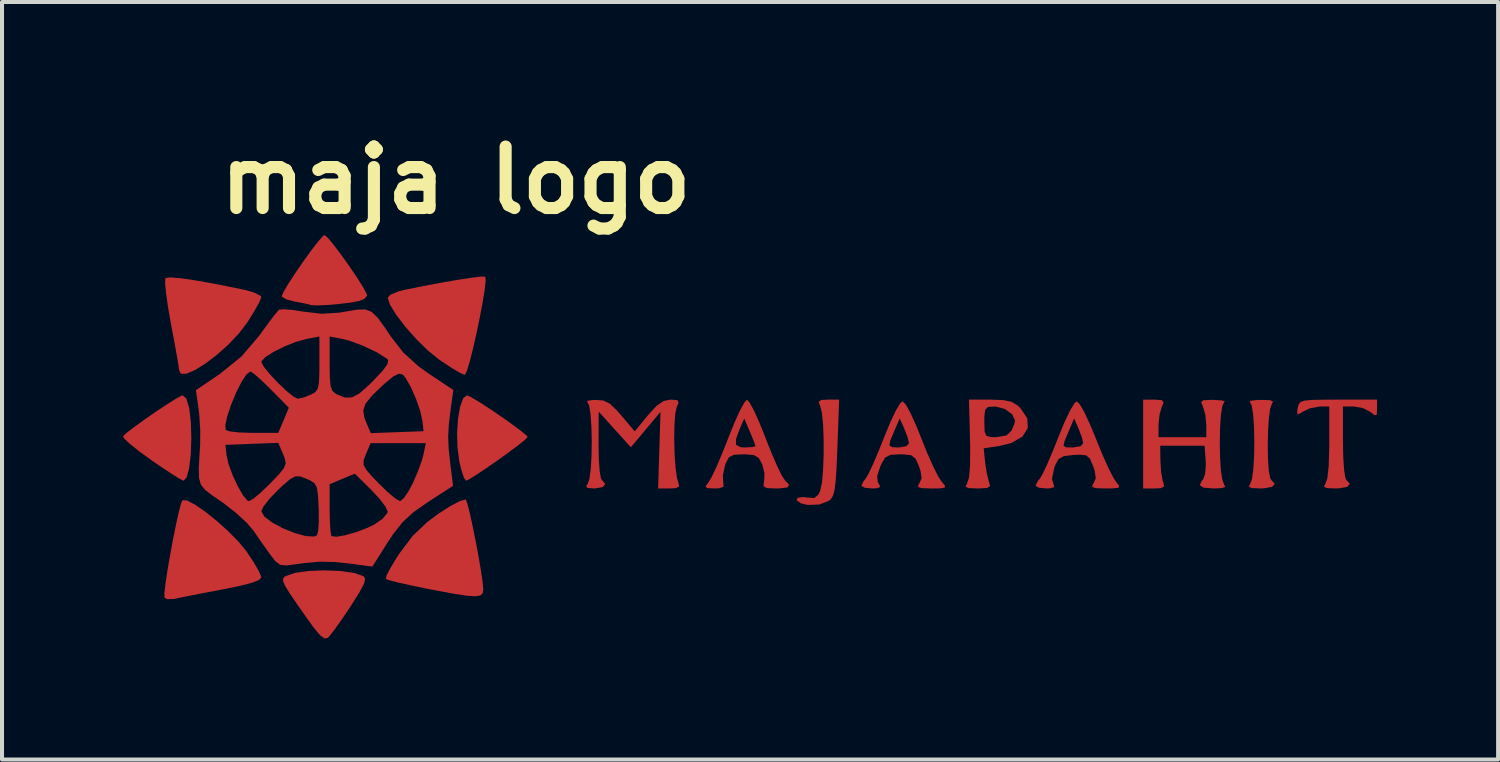
<source format=kicad_pcb>
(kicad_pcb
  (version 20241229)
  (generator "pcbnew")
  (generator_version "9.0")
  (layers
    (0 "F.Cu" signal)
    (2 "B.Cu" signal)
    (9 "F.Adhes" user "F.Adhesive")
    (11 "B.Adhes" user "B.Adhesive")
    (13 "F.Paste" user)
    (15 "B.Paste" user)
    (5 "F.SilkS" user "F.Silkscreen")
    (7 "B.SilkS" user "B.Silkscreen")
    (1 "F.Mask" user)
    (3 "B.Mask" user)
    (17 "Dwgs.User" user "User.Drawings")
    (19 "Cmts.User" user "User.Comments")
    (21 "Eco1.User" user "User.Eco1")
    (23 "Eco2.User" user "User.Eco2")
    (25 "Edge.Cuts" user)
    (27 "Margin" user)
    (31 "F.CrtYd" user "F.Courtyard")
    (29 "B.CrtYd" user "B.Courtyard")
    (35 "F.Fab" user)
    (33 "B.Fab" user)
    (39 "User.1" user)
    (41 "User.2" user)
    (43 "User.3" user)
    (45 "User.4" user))
  (footprint "maja logo"
    (layer "F.Cu")
    (at 19.515 8.401)
    (property "Reference" "maja logo" (at -11.264 -6.983 0) (layer "F.SilkS") (effects (font (size 1.524 1.524) (thickness 0.3))))
    (attr board_only exclude_from_pos_files exclude_from_bom)
    (fp_poly (pts (xy -17.945 -1.57) (xy -17.875 -1.339) (xy -17.833 -0.975) (xy -17.822 -0.593) (xy -17.837 -0.168) (xy -17.878 0.168) (xy -17.94 0.388) (xy -18.017 0.466) (xy -18.109 0.42) (xy -18.307 0.297) (xy -18.58 0.116) (xy -18.82 -0.049) (xy -19.118 -0.265) (xy -19.35 -0.451) (xy -19.489 -0.583) (xy -19.515 -0.635) (xy -19.424 -0.722) (xy -19.23 -0.87) (xy -18.973 -1.056) (xy -18.69 -1.252) (xy -18.418 -1.432) (xy -18.195 -1.572) (xy -18.058 -1.646) (xy -18.038 -1.651)) (stroke (width 0) (type solid)) (fill yes) (layer "F.Cu"))
    (fp_poly (pts (xy -10.887 -1.606) (xy -10.688 -1.487) (xy -10.429 -1.32) (xy -10.146 -1.128) (xy -9.875 -0.936) (xy -9.652 -0.77) (xy -9.513 -0.655) (xy -9.485 -0.618) (xy -9.549 -0.55) (xy -9.719 -0.413) (xy -9.961 -0.232) (xy -10.239 -0.032) (xy -10.519 0.162) (xy -10.766 0.326) (xy -10.944 0.435) (xy -11.015 0.466) (xy -11.065 0.39) (xy -11.129 0.194) (xy -11.178 -0.011) (xy -11.224 -0.355) (xy -11.234 -0.721) (xy -11.21 -1.073) (xy -11.158 -1.371) (xy -11.083 -1.576) (xy -10.99 -1.651)) (stroke (width 0) (type solid)) (fill yes) (layer "F.Cu"))
    (fp_poly (pts (xy -14.123 2.705) (xy -13.781 2.754) (xy -13.549 2.835) (xy -13.549 2.835) (xy -13.512 2.9) (xy -13.544 3.026) (xy -13.657 3.237) (xy -13.859 3.558) (xy -13.879 3.588) (xy -14.084 3.893) (xy -14.266 4.149) (xy -14.397 4.319) (xy -14.437 4.361) (xy -14.518 4.378) (xy -14.63 4.297) (xy -14.794 4.1) (xy -14.924 3.92) (xy -15.199 3.529) (xy -15.386 3.253) (xy -15.499 3.069) (xy -15.548 2.954) (xy -15.545 2.886) (xy -15.503 2.842) (xy -15.488 2.833) (xy -15.258 2.752) (xy -14.917 2.704) (xy -14.52 2.688)) (stroke (width 0) (type solid)) (fill yes) (layer "F.Cu"))
    (fp_poly (pts (xy -1.806 -0.35) (xy -1.826 0.13) (xy -1.848 0.469) (xy -1.876 0.696) (xy -1.915 0.838) (xy -1.969 0.924) (xy -2.012 0.962) (xy -2.254 1.056) (xy -2.548 1.066) (xy -2.714 1.025) (xy -2.821 0.948) (xy -2.788 0.887) (xy -2.644 0.871) (xy -2.568 0.882) (xy -2.379 0.895) (xy -2.275 0.809) (xy -2.229 0.705) (xy -2.187 0.506) (xy -2.16 0.195) (xy -2.146 -0.179) (xy -2.147 -0.571) (xy -2.161 -0.934) (xy -2.19 -1.22) (xy -2.23 -1.38) (xy -2.271 -1.491) (xy -2.205 -1.536) (xy -2.04 -1.544) (xy -1.762 -1.544)) (stroke (width 0) (type solid)) (fill yes) (layer "F.Cu"))
    (fp_poly (pts (xy 8.916 -1.531) (xy 8.996 -1.499) (xy 8.966 -1.442) (xy 8.922 -1.318) (xy 8.89 -1.074) (xy 8.87 -0.754) (xy 8.863 -0.402) (xy 8.869 -0.063) (xy 8.889 0.22) (xy 8.923 0.403) (xy 8.949 0.446) (xy 9.037 0.543) (xy 8.971 0.617) (xy 8.769 0.655) (xy 8.678 0.658) (xy 8.462 0.648) (xy 8.391 0.611) (xy 8.424 0.556) (xy 8.471 0.428) (xy 8.505 0.181) (xy 8.525 -0.144) (xy 8.53 -0.506) (xy 8.523 -0.862) (xy 8.501 -1.172) (xy 8.466 -1.395) (xy 8.42 -1.488) (xy 8.429 -1.514) (xy 8.573 -1.532) (xy 8.691 -1.537)) (stroke (width 0) (type solid)) (fill yes) (layer "F.Cu"))
    (fp_poly (pts (xy -14.442 -5.56) (xy -14.299 -5.388) (xy -14.115 -5.145) (xy -13.915 -4.866) (xy -13.726 -4.588) (xy -13.572 -4.345) (xy -13.479 -4.175) (xy -13.462 -4.123) (xy -13.533 -4.041) (xy -13.656 -3.991) (xy -13.876 -3.95) (xy -14.163 -3.915) (xy -14.46 -3.889) (xy -14.709 -3.879) (xy -14.853 -3.888) (xy -14.859 -3.89) (xy -14.993 -3.925) (xy -15.215 -3.968) (xy -15.261 -3.976) (xy -15.465 -4.029) (xy -15.573 -4.094) (xy -15.579 -4.11) (xy -15.533 -4.22) (xy -15.412 -4.424) (xy -15.241 -4.686) (xy -15.045 -4.971) (xy -14.849 -5.242) (xy -14.679 -5.463) (xy -14.558 -5.599) (xy -14.52 -5.624)) (stroke (width 0) (type solid)) (fill yes) (layer "F.Cu"))
    (fp_poly (pts (xy -11.014 0.94) (xy -10.975 1.048) (xy -10.916 1.283) (xy -10.845 1.607) (xy -10.77 1.98) (xy -10.699 2.362) (xy -10.639 2.714) (xy -10.598 2.996) (xy -10.583 3.166) (xy -10.598 3.256) (xy -10.658 3.311) (xy -10.785 3.331) (xy -11.002 3.316) (xy -11.331 3.266) (xy -11.795 3.179) (xy -12.001 3.139) (xy -12.382 3.06) (xy -12.7 2.989) (xy -12.919 2.932) (xy -13.001 2.902) (xy -12.981 2.814) (xy -12.882 2.623) (xy -12.725 2.364) (xy -12.659 2.264) (xy -12.336 1.835) (xy -11.974 1.491) (xy -11.675 1.27) (xy -11.393 1.09) (xy -11.168 0.973) (xy -11.033 0.933)) (stroke (width 0) (type solid)) (fill yes) (layer "F.Cu"))
    (fp_poly (pts (xy -10.533 -4.592) (xy -10.533 -4.592) (xy -10.525 -4.49) (xy -10.55 -4.263) (xy -10.602 -3.946) (xy -10.672 -3.576) (xy -10.753 -3.187) (xy -10.837 -2.815) (xy -10.918 -2.496) (xy -10.987 -2.267) (xy -11.037 -2.162) (xy -11.043 -2.159) (xy -11.156 -2.205) (xy -11.364 -2.327) (xy -11.627 -2.501) (xy -11.685 -2.541) (xy -11.959 -2.763) (xy -12.246 -3.045) (xy -12.517 -3.352) (xy -12.745 -3.649) (xy -12.9 -3.902) (xy -12.954 -4.072) (xy -12.879 -4.149) (xy -12.687 -4.227) (xy -12.552 -4.262) (xy -12.079 -4.358) (xy -11.62 -4.444) (xy -11.206 -4.516) (xy -10.867 -4.567) (xy -10.632 -4.595)) (stroke (width 0) (type solid)) (fill yes) (layer "F.Cu"))
    (fp_poly (pts (xy -18.081 -4.553) (xy -17.682 -4.494) (xy -17.164 -4.4) (xy -16.543 -4.274) (xy -16.489 -4.263) (xy -16.256 -4.196) (xy -16.11 -4.12) (xy -16.087 -4.084) (xy -16.13 -3.972) (xy -16.245 -3.763) (xy -16.408 -3.498) (xy -16.433 -3.46) (xy -16.643 -3.184) (xy -16.902 -2.91) (xy -17.187 -2.656) (xy -17.471 -2.439) (xy -17.732 -2.277) (xy -17.943 -2.187) (xy -18.081 -2.186) (xy -18.122 -2.265) (xy -18.138 -2.385) (xy -18.181 -2.635) (xy -18.244 -2.981) (xy -18.32 -3.386) (xy -18.328 -3.429) (xy -18.399 -3.834) (xy -18.448 -4.179) (xy -18.472 -4.43) (xy -18.465 -4.553) (xy -18.462 -4.558) (xy -18.346 -4.575)) (stroke (width 0) (type solid)) (fill yes) (layer "F.Cu"))
    (fp_poly (pts (xy -17.936 0.953) (xy -17.74 1.053) (xy -17.485 1.228) (xy -17.201 1.455) (xy -16.915 1.711) (xy -16.657 1.971) (xy -16.457 2.214) (xy -16.447 2.229) (xy -16.271 2.495) (xy -16.143 2.718) (xy -16.087 2.854) (xy -16.087 2.862) (xy -16.146 2.929) (xy -16.334 3.001) (xy -16.663 3.083) (xy -17.081 3.167) (xy -17.488 3.244) (xy -17.848 3.314) (xy -18.119 3.368) (xy -18.258 3.398) (xy -18.421 3.402) (xy -18.488 3.364) (xy -18.49 3.256) (xy -18.463 3.02) (xy -18.414 2.694) (xy -18.349 2.315) (xy -18.276 1.922) (xy -18.201 1.55) (xy -18.132 1.239) (xy -18.075 1.026) (xy -18.043 0.951)) (stroke (width 0) (type solid)) (fill yes) (layer "F.Cu"))
    (fp_poly (pts (xy 11.573 -1.319) (xy 11.564 -1.165) (xy 11.508 -1.159) (xy 11.419 -1.234) (xy 11.223 -1.335) (xy 10.995 -1.374) (xy 10.727 -1.374) (xy 10.727 -0.49) (xy 10.735 -0.109) (xy 10.756 0.198) (xy 10.787 0.394) (xy 10.811 0.446) (xy 10.899 0.543) (xy 10.834 0.617) (xy 10.631 0.655) (xy 10.541 0.658) (xy 10.325 0.648) (xy 10.254 0.611) (xy 10.287 0.556) (xy 10.34 0.411) (xy 10.374 0.104) (xy 10.388 -0.358) (xy 10.388 -0.46) (xy 10.388 -1.374) (xy 10.153 -1.374) (xy 9.907 -1.329) (xy 9.742 -1.251) (xy 9.616 -1.176) (xy 9.589 -1.226) (xy 9.606 -1.336) (xy 9.629 -1.425) (xy 9.676 -1.485) (xy 9.778 -1.52) (xy 9.965 -1.537) (xy 10.267 -1.543) (xy 10.61 -1.544) (xy 11.573 -1.544)) (stroke (width 0) (type solid)) (fill yes) (layer "F.Cu"))
    (fp_poly (pts (xy 1.989 -1.544) (xy 2.304 -1.533) (xy 2.508 -1.491) (xy 2.659 -1.401) (xy 2.73 -1.336) (xy 2.901 -1.081) (xy 2.915 -0.838) (xy 2.781 -0.628) (xy 2.51 -0.47) (xy 2.216 -0.396) (xy 1.821 -0.337) (xy 1.857 0.012) (xy 1.896 0.272) (xy 1.946 0.478) (xy 1.958 0.51) (xy 1.978 0.603) (xy 1.901 0.646) (xy 1.695 0.658) (xy 1.666 0.658) (xy 1.449 0.649) (xy 1.371 0.614) (xy 1.406 0.54) (xy 1.408 0.537) (xy 1.458 0.39) (xy 1.483 0.091) (xy 1.486 -0.366) (xy 1.482 -0.564) (xy 1.471 -0.993) (xy 1.837 -0.993) (xy 1.843 -0.759) (xy 1.886 -0.648) (xy 2.001 -0.615) (xy 2.13 -0.612) (xy 2.386 -0.657) (xy 2.511 -0.776) (xy 2.583 -0.945) (xy 2.599 -1.024) (xy 2.524 -1.184) (xy 2.341 -1.314) (xy 2.108 -1.374) (xy 2.085 -1.374) (xy 1.932 -1.363) (xy 1.86 -1.297) (xy 1.838 -1.132) (xy 1.837 -0.993) (xy 1.471 -0.993) (xy 1.456 -1.544)) (stroke (width 0) (type solid)) (fill yes) (layer "F.Cu"))
    (fp_poly (pts (xy 6.235 -1.532) (xy 6.283 -1.479) (xy 6.242 -1.38) (xy 6.182 -1.183) (xy 6.155 -0.929) (xy 6.155 -0.914) (xy 6.155 -0.612) (xy 7.34 -0.612) (xy 7.34 -0.914) (xy 7.316 -1.168) (xy 7.257 -1.372) (xy 7.253 -1.38) (xy 7.213 -1.482) (xy 7.264 -1.528) (xy 7.439 -1.538) (xy 7.528 -1.537) (xy 7.722 -1.525) (xy 7.8 -1.501) (xy 7.785 -1.488) (xy 7.737 -1.388) (xy 7.702 -1.161) (xy 7.681 -0.848) (xy 7.674 -0.49) (xy 7.68 -0.13) (xy 7.7 0.193) (xy 7.735 0.436) (xy 7.78 0.556) (xy 7.809 0.621) (xy 7.712 0.651) (xy 7.526 0.658) (xy 7.274 0.639) (xy 7.178 0.577) (xy 7.23 0.465) (xy 7.261 0.432) (xy 7.311 0.298) (xy 7.328 0.068) (xy 7.324 -0.029) (xy 7.298 -0.401) (xy 6.197 -0.401) (xy 6.202 -0.02) (xy 6.219 0.248) (xy 6.258 0.462) (xy 6.274 0.51) (xy 6.295 0.61) (xy 6.207 0.652) (xy 6.058 0.658) (xy 5.774 0.658) (xy 5.774 -1.543) (xy 6.052 -1.544)) (stroke (width 0) (type solid)) (fill yes) (layer "F.Cu"))
    (fp_poly (pts (xy -5.772 -1.531) (xy -5.742 -1.467) (xy -5.786 -1.369) (xy -5.824 -1.206) (xy -5.845 -0.923) (xy -5.851 -0.572) (xy -5.842 -0.2) (xy -5.818 0.141) (xy -5.782 0.403) (xy -5.75 0.51) (xy -5.728 0.61) (xy -5.815 0.651) (xy -5.965 0.658) (xy -6.249 0.658) (xy -6.191 -1.241) (xy -6.558 -0.802) (xy -6.926 -0.363) (xy -7.325 -0.805) (xy -7.723 -1.247) (xy -7.727 -0.427) (xy -7.72 -0.062) (xy -7.699 0.229) (xy -7.667 0.408) (xy -7.646 0.446) (xy -7.56 0.546) (xy -7.623 0.624) (xy -7.817 0.658) (xy -7.832 0.658) (xy -8.006 0.645) (xy -8.034 0.596) (xy -8.001 0.556) (xy -7.954 0.428) (xy -7.92 0.181) (xy -7.901 -0.144) (xy -7.895 -0.506) (xy -7.903 -0.862) (xy -7.924 -1.172) (xy -7.959 -1.395) (xy -8.006 -1.488) (xy -8.003 -1.516) (xy -7.865 -1.535) (xy -7.803 -1.537) (xy -7.61 -1.523) (xy -7.453 -1.448) (xy -7.278 -1.283) (xy -7.162 -1.15) (xy -6.83 -0.757) (xy -6.508 -1.15) (xy -6.29 -1.39) (xy -6.111 -1.511) (xy -5.939 -1.544)) (stroke (width 0) (type solid)) (fill yes) (layer "F.Cu"))
    (fp_poly (pts (xy -3.98 -1.469) (xy -3.871 -1.266) (xy -3.735 -0.965) (xy -3.588 -0.597) (xy -3.586 -0.591) (xy -3.435 -0.211) (xy -3.294 0.113) (xy -3.179 0.347) (xy -3.107 0.455) (xy -3.002 0.567) (xy -3.041 0.631) (xy -3.234 0.656) (xy -3.334 0.658) (xy -3.55 0.649) (xy -3.636 0.605) (xy -3.629 0.505) (xy -3.622 0.482) (xy -3.614 0.279) (xy -3.669 0.059) (xy -3.756 -0.099) (xy -3.88 -0.171) (xy -4.106 -0.189) (xy -4.136 -0.189) (xy -4.37 -0.177) (xy -4.495 -0.116) (xy -4.572 0.03) (xy -4.594 0.094) (xy -4.643 0.326) (xy -4.637 0.507) (xy -4.633 0.518) (xy -4.629 0.615) (xy -4.739 0.654) (xy -4.856 0.658) (xy -5.036 0.649) (xy -5.074 0.607) (xy -5.003 0.51) (xy -4.922 0.374) (xy -4.801 0.117) (xy -4.656 -0.224) (xy -4.52 -0.567) (xy -4.32 -0.567) (xy -4.317 -0.424) (xy -4.206 -0.365) (xy -4.09 -0.358) (xy -3.911 -0.368) (xy -3.836 -0.39) (xy -3.836 -0.39) (xy -3.866 -0.481) (xy -3.941 -0.669) (xy -3.975 -0.75) (xy -4.115 -1.078) (xy -4.225 -0.824) (xy -4.32 -0.567) (xy -4.52 -0.567) (xy -4.511 -0.591) (xy -4.363 -0.96) (xy -4.226 -1.262) (xy -4.116 -1.467) (xy -4.048 -1.544) (xy -4.048 -1.544)) (stroke (width 0) (type solid)) (fill yes) (layer "F.Cu"))
    (fp_poly (pts (xy -0.112 -1.425) (xy 0.006 -1.214) (xy 0.151 -0.892) (xy 0.27 -0.596) (xy 0.423 -0.216) (xy 0.573 0.12) (xy 0.699 0.37) (xy 0.774 0.483) (xy 0.861 0.588) (xy 0.854 0.639) (xy 0.727 0.656) (xy 0.527 0.658) (xy 0.29 0.651) (xy 0.193 0.621) (xy 0.207 0.558) (xy 0.225 0.535) (xy 0.282 0.407) (xy 0.255 0.221) (xy 0.218 0.111) (xy 0.135 -0.078) (xy 0.027 -0.165) (xy -0.167 -0.188) (xy -0.253 -0.189) (xy -0.489 -0.176) (xy -0.621 -0.11) (xy -0.716 0.052) (xy -0.745 0.119) (xy -0.821 0.355) (xy -0.804 0.503) (xy -0.778 0.542) (xy -0.742 0.622) (xy -0.834 0.654) (xy -0.947 0.658) (xy -1.13 0.639) (xy -1.211 0.593) (xy -1.211 0.59) (xy -1.158 0.478) (xy -1.108 0.419) (xy -1.037 0.301) (xy -0.924 0.061) (xy -0.785 -0.265) (xy -0.728 -0.407) (xy -0.516 -0.407) (xy -0.447 -0.364) (xy -0.28 -0.358) (xy -0.095 -0.389) (xy -0.03 -0.464) (xy -0.065 -0.611) (xy -0.145 -0.819) (xy -0.147 -0.824) (xy -0.26 -1.078) (xy -0.397 -0.763) (xy -0.496 -0.527) (xy -0.516 -0.407) (xy -0.728 -0.407) (xy -0.654 -0.593) (xy -0.495 -0.98) (xy -0.355 -1.276) (xy -0.245 -1.457) (xy -0.19 -1.501)) (stroke (width 0) (type solid)) (fill yes) (layer "F.Cu"))
    (fp_poly (pts (xy 4.206 -1.425) (xy 4.325 -1.215) (xy 4.473 -0.894) (xy 4.601 -0.582) (xy 4.756 -0.201) (xy 4.905 0.133) (xy 5.03 0.381) (xy 5.105 0.497) (xy 5.181 0.593) (xy 5.164 0.641) (xy 5.026 0.656) (xy 4.845 0.658) (xy 4.608 0.651) (xy 4.511 0.621) (xy 4.525 0.558) (xy 4.543 0.535) (xy 4.6 0.408) (xy 4.573 0.222) (xy 4.535 0.108) (xy 4.456 -0.08) (xy 4.36 -0.164) (xy 4.186 -0.179) (xy 4.048 -0.172) (xy 3.808 -0.143) (xy 3.677 -0.072) (xy 3.594 0.081) (xy 3.569 0.15) (xy 3.514 0.422) (xy 3.552 0.552) (xy 3.571 0.626) (xy 3.453 0.656) (xy 3.371 0.658) (xy 3.188 0.639) (xy 3.107 0.593) (xy 3.107 0.59) (xy 3.16 0.478) (xy 3.21 0.419) (xy 3.281 0.301) (xy 3.394 0.061) (xy 3.533 -0.265) (xy 3.588 -0.401) (xy 3.802 -0.401) (xy 3.863 -0.362) (xy 4.02 -0.358) (xy 4.038 -0.358) (xy 4.223 -0.389) (xy 4.288 -0.464) (xy 4.254 -0.612) (xy 4.175 -0.82) (xy 4.174 -0.824) (xy 4.063 -1.078) (xy 3.924 -0.75) (xy 3.826 -0.517) (xy 3.802 -0.401) (xy 3.588 -0.401) (xy 3.664 -0.593) (xy 3.823 -0.981) (xy 3.964 -1.277) (xy 4.074 -1.458) (xy 4.128 -1.501)) (stroke (width 0) (type solid)) (fill yes) (layer "F.Cu"))
    (fp_poly (pts (xy -15.302 -3.766) (xy -15.047 -3.726) (xy -14.595 -3.673) (xy -14.165 -3.699) (xy -13.99 -3.728) (xy -13.709 -3.776) (xy -13.509 -3.78) (xy -13.354 -3.721) (xy -13.203 -3.576) (xy -13.02 -3.325) (xy -12.876 -3.109) (xy -12.565 -2.709) (xy -12.193 -2.372) (xy -11.924 -2.18) (xy -11.326 -1.783) (xy -11.392 -1.315) (xy -11.438 -0.935) (xy -11.455 -0.629) (xy -11.441 -0.316) (xy -11.398 0.083) (xy -11.397 0.085) (xy -11.334 0.593) (xy -11.954 0.993) (xy -12.315 1.246) (xy -12.583 1.491) (xy -12.818 1.789) (xy -12.954 1.994) (xy -13.335 2.595) (xy -13.801 2.532) (xy -14.255 2.482) (xy -14.631 2.473) (xy -15.012 2.506) (xy -15.207 2.534) (xy -15.466 2.567) (xy -15.621 2.551) (xy -15.737 2.463) (xy -15.852 2.317) (xy -16.041 2.052) (xy -16.24 1.764) (xy -16.275 1.712) (xy -16.449 1.508) (xy -16.714 1.264) (xy -16.765 1.224) (xy -16.087 1.224) (xy -16.012 1.355) (xy -15.817 1.503) (xy -15.55 1.646) (xy -15.257 1.765) (xy -14.983 1.839) (xy -14.776 1.85) (xy -14.707 1.82) (xy -14.677 1.713) (xy -14.662 1.483) (xy -14.663 1.18) (xy -14.664 1.172) (xy -14.393 1.172) (xy -14.387 1.48) (xy -14.372 1.716) (xy -14.35 1.835) (xy -14.347 1.839) (xy -14.229 1.856) (xy -14.006 1.818) (xy -13.73 1.739) (xy -13.45 1.632) (xy -13.275 1.546) (xy -13.078 1.407) (xy -12.965 1.27) (xy -12.954 1.23) (xy -13.011 1.105) (xy -13.161 0.909) (xy -13.361 0.693) (xy -13.769 0.292) (xy -14.081 0.422) (xy -14.393 0.553) (xy -14.393 1.172) (xy -14.664 1.172) (xy -14.665 1.148) (xy -14.681 0.831) (xy -14.709 0.639) (xy -14.768 0.529) (xy -14.875 0.459) (xy -14.97 0.418) (xy -15.124 0.36) (xy -15.243 0.357) (xy -15.372 0.427) (xy -15.557 0.586) (xy -15.669 0.691) (xy -15.882 0.91) (xy -16.032 1.102) (xy -16.087 1.224) (xy -16.765 1.224) (xy -17.019 1.025) (xy -17.07 0.99) (xy -17.32 0.818) (xy -17.488 0.687) (xy -17.587 0.559) (xy -17.632 0.394) (xy -17.637 0.155) (xy -17.618 -0.196) (xy -17.603 -0.423) (xy -16.976 -0.423) (xy -16.949 -0.169) (xy -16.899 0.055) (xy -16.799 0.326) (xy -16.673 0.598) (xy -16.544 0.823) (xy -16.434 0.956) (xy -16.395 0.974) (xy -16.29 0.917) (xy -16.107 0.766) (xy -15.885 0.553) (xy -15.861 0.529) (xy -15.641 0.298) (xy -15.521 0.146) (xy -15.495 0.07) (xy -13.553 0.07) (xy -13.487 0.194) (xy -13.333 0.37) (xy -13.179 0.529) (xy -12.955 0.747) (xy -12.767 0.905) (xy -12.652 0.973) (xy -12.646 0.974) (xy -12.557 0.903) (xy -12.433 0.72) (xy -12.332 0.529) (xy -12.202 0.229) (xy -12.1 -0.057) (xy -12.065 -0.191) (xy -12.009 -0.466) (xy -13.377 -0.466) (xy -13.494 -0.191) (xy -13.549 -0.044) (xy -13.553 0.07) (xy -15.495 0.07) (xy -15.482 0.03) (xy -15.507 -0.091) (xy -15.548 -0.194) (xy -15.667 -0.473) (xy -16.321 -0.448) (xy -16.976 -0.423) (xy -17.603 -0.423) (xy -17.6 -0.77) (xy -17.609 -0.904) (xy -16.98 -0.904) (xy -16.967 -0.791) (xy -16.867 -0.757) (xy -16.643 -0.731) (xy -16.341 -0.72) (xy -16.294 -0.72) (xy -15.666 -0.72) (xy -15.535 -1.032) (xy -15.431 -1.28) (xy -13.56 -1.28) (xy -13.535 -1.108) (xy -13.491 -0.991) (xy -13.374 -0.713) (xy -12.719 -0.737) (xy -12.065 -0.762) (xy -12.093 -1.015) (xy -12.148 -1.265) (xy -12.253 -1.566) (xy -12.382 -1.859) (xy -12.51 -2.084) (xy -12.577 -2.163) (xy -12.673 -2.188) (xy -12.815 -2.12) (xy -13.032 -1.94) (xy -13.082 -1.895) (xy -13.35 -1.636) (xy -13.504 -1.443) (xy -13.56 -1.28) (xy -15.431 -1.28) (xy -15.405 -1.344) (xy -15.849 -1.794) (xy -16.071 -2.011) (xy -16.249 -2.17) (xy -16.349 -2.242) (xy -16.355 -2.244) (xy -16.455 -2.17) (xy -16.581 -1.977) (xy -16.715 -1.709) (xy -16.838 -1.412) (xy -16.933 -1.128) (xy -16.98 -0.904) (xy -17.609 -0.904) (xy -17.624 -1.157) (xy -17.642 -1.312) (xy -17.708 -1.778) (xy -17.117 -2.179) (xy -16.746 -2.478) (xy -16.087 -2.478) (xy -16.028 -2.363) (xy -15.88 -2.179) (xy -15.681 -1.968) (xy -15.472 -1.768) (xy -15.292 -1.621) (xy -15.184 -1.566) (xy -15.032 -1.599) (xy -14.863 -1.665) (xy -14.755 -1.724) (xy -14.691 -1.809) (xy -14.659 -1.958) (xy -14.648 -2.212) (xy -14.647 -2.436) (xy -14.647 -3.109) (xy -14.393 -3.109) (xy -14.393 -2.435) (xy -14.389 -2.095) (xy -14.37 -1.884) (xy -14.326 -1.763) (xy -14.247 -1.693) (xy -14.203 -1.67) (xy -14.006 -1.595) (xy -13.838 -1.599) (xy -13.657 -1.696) (xy -13.424 -1.901) (xy -13.307 -2.018) (xy -13.076 -2.263) (xy -12.96 -2.423) (xy -12.942 -2.521) (xy -12.971 -2.558) (xy -13.221 -2.716) (xy -13.556 -2.876) (xy -13.897 -3.003) (xy -14.08 -3.05) (xy -14.393 -3.109) (xy -14.647 -3.109) (xy -14.96 -3.05) (xy -15.223 -2.978) (xy -15.512 -2.863) (xy -15.781 -2.729) (xy -15.987 -2.598) (xy -16.084 -2.492) (xy -16.087 -2.478) (xy -16.746 -2.478) (xy -16.579 -2.613) (xy -16.136 -3.132) (xy -16.121 -3.153) (xy -15.926 -3.423) (xy -15.763 -3.638) (xy -15.66 -3.76) (xy -15.645 -3.774) (xy -15.53 -3.785)) (stroke (width 0) (type solid)) (fill yes) (layer "F.Cu"))
    (fp_poly (pts (xy -17.945 -1.572) (xy -17.875 -1.341) (xy -17.833 -0.977) (xy -17.822 -0.595) (xy -17.837 -0.17) (xy -17.878 0.166) (xy -17.94 0.386) (xy -18.017 0.463) (xy -18.109 0.418) (xy -18.307 0.294) (xy -18.58 0.114) (xy -18.82 -0.051) (xy -19.118 -0.268) (xy -19.35 -0.453) (xy -19.489 -0.586) (xy -19.515 -0.638) (xy -19.424 -0.724) (xy -19.23 -0.873) (xy -18.973 -1.058) (xy -18.69 -1.254) (xy -18.418 -1.435) (xy -18.195 -1.575) (xy -18.058 -1.648) (xy -18.038 -1.653)) (stroke (width 0) (type solid)) (fill yes) (layer "F.Mask"))
    (fp_poly (pts (xy -10.887 -1.608) (xy -10.688 -1.489) (xy -10.429 -1.322) (xy -10.146 -1.13) (xy -9.875 -0.939) (xy -9.652 -0.773) (xy -9.513 -0.657) (xy -9.485 -0.62) (xy -9.549 -0.552) (xy -9.719 -0.415) (xy -9.961 -0.234) (xy -10.239 -0.034) (xy -10.519 0.16) (xy -10.766 0.324) (xy -10.944 0.433) (xy -11.015 0.463) (xy -11.065 0.388) (xy -11.129 0.192) (xy -11.178 -0.014) (xy -11.224 -0.357) (xy -11.234 -0.723) (xy -11.21 -1.075) (xy -11.158 -1.373) (xy -11.083 -1.579) (xy -10.99 -1.653)) (stroke (width 0) (type solid)) (fill yes) (layer "F.Mask"))
    (fp_poly (pts (xy -14.123 2.703) (xy -13.781 2.752) (xy -13.549 2.832) (xy -13.549 2.833) (xy -13.512 2.897) (xy -13.544 3.023) (xy -13.657 3.235) (xy -13.859 3.556) (xy -13.879 3.586) (xy -14.084 3.891) (xy -14.266 4.147) (xy -14.397 4.317) (xy -14.437 4.359) (xy -14.518 4.376) (xy -14.63 4.295) (xy -14.794 4.097) (xy -14.924 3.918) (xy -15.199 3.527) (xy -15.386 3.251) (xy -15.499 3.067) (xy -15.548 2.952) (xy -15.545 2.884) (xy -15.503 2.84) (xy -15.488 2.83) (xy -15.258 2.75) (xy -14.917 2.702) (xy -14.52 2.686)) (stroke (width 0) (type solid)) (fill yes) (layer "F.Mask"))
    (fp_poly (pts (xy -1.806 -0.353) (xy -1.826 0.128) (xy -1.848 0.467) (xy -1.876 0.694) (xy -1.915 0.836) (xy -1.969 0.922) (xy -2.012 0.96) (xy -2.254 1.054) (xy -2.548 1.064) (xy -2.714 1.023) (xy -2.821 0.946) (xy -2.788 0.885) (xy -2.644 0.869) (xy -2.568 0.879) (xy -2.379 0.893) (xy -2.275 0.806) (xy -2.229 0.703) (xy -2.187 0.503) (xy -2.16 0.193) (xy -2.146 -0.182) (xy -2.147 -0.574) (xy -2.161 -0.936) (xy -2.19 -1.222) (xy -2.23 -1.382) (xy -2.271 -1.493) (xy -2.205 -1.538) (xy -2.04 -1.546) (xy -1.762 -1.546)) (stroke (width 0) (type solid)) (fill yes) (layer "F.Mask"))
    (fp_poly (pts (xy 8.916 -1.534) (xy 8.996 -1.501) (xy 8.966 -1.444) (xy 8.922 -1.32) (xy 8.89 -1.076) (xy 8.87 -0.756) (xy 8.863 -0.405) (xy 8.869 -0.065) (xy 8.889 0.218) (xy 8.923 0.401) (xy 8.949 0.444) (xy 9.037 0.541) (xy 8.971 0.615) (xy 8.769 0.653) (xy 8.678 0.655) (xy 8.462 0.645) (xy 8.391 0.609) (xy 8.424 0.554) (xy 8.471 0.426) (xy 8.505 0.179) (xy 8.525 -0.146) (xy 8.53 -0.508) (xy 8.523 -0.864) (xy 8.501 -1.175) (xy 8.466 -1.397) (xy 8.42 -1.49) (xy 8.429 -1.516) (xy 8.573 -1.535) (xy 8.691 -1.539)) (stroke (width 0) (type solid)) (fill yes) (layer "F.Mask"))
    (fp_poly (pts (xy -14.442 -5.562) (xy -14.299 -5.39) (xy -14.115 -5.147) (xy -13.915 -4.868) (xy -13.726 -4.59) (xy -13.572 -4.348) (xy -13.479 -4.177) (xy -13.462 -4.125) (xy -13.533 -4.043) (xy -13.656 -3.994) (xy -13.876 -3.953) (xy -14.163 -3.917) (xy -14.46 -3.891) (xy -14.709 -3.881) (xy -14.853 -3.89) (xy -14.859 -3.892) (xy -14.993 -3.927) (xy -15.215 -3.97) (xy -15.261 -3.978) (xy -15.465 -4.031) (xy -15.573 -4.096) (xy -15.579 -4.112) (xy -15.533 -4.222) (xy -15.412 -4.426) (xy -15.241 -4.689) (xy -15.045 -4.973) (xy -14.849 -5.244) (xy -14.679 -5.465) (xy -14.558 -5.601) (xy -14.52 -5.627)) (stroke (width 0) (type solid)) (fill yes) (layer "F.Mask"))
    (fp_poly (pts (xy -11.014 0.938) (xy -10.975 1.046) (xy -10.916 1.281) (xy -10.845 1.605) (xy -10.77 1.977) (xy -10.699 2.359) (xy -10.639 2.711) (xy -10.598 2.994) (xy -10.583 3.164) (xy -10.598 3.253) (xy -10.658 3.308) (xy -10.785 3.329) (xy -11.002 3.314) (xy -11.331 3.263) (xy -11.795 3.177) (xy -12.001 3.137) (xy -12.382 3.058) (xy -12.7 2.986) (xy -12.919 2.93) (xy -13.001 2.9) (xy -12.981 2.812) (xy -12.882 2.621) (xy -12.725 2.362) (xy -12.659 2.261) (xy -12.336 1.833) (xy -11.974 1.488) (xy -11.675 1.267) (xy -11.393 1.088) (xy -11.168 0.97) (xy -11.033 0.931)) (stroke (width 0) (type solid)) (fill yes) (layer "F.Mask"))
    (fp_poly (pts (xy -10.533 -4.594) (xy -10.533 -4.594) (xy -10.525 -4.492) (xy -10.55 -4.265) (xy -10.602 -3.949) (xy -10.672 -3.578) (xy -10.753 -3.189) (xy -10.837 -2.817) (xy -10.918 -2.499) (xy -10.987 -2.269) (xy -11.037 -2.164) (xy -11.043 -2.161) (xy -11.156 -2.207) (xy -11.364 -2.329) (xy -11.627 -2.503) (xy -11.685 -2.543) (xy -11.959 -2.766) (xy -12.246 -3.048) (xy -12.517 -3.354) (xy -12.745 -3.651) (xy -12.9 -3.905) (xy -12.954 -4.074) (xy -12.879 -4.151) (xy -12.687 -4.229) (xy -12.552 -4.264) (xy -12.079 -4.36) (xy -11.62 -4.446) (xy -11.206 -4.518) (xy -10.867 -4.57) (xy -10.632 -4.597)) (stroke (width 0) (type solid)) (fill yes) (layer "F.Mask"))
    (fp_poly (pts (xy -18.081 -4.555) (xy -17.682 -4.496) (xy -17.164 -4.402) (xy -16.543 -4.276) (xy -16.489 -4.265) (xy -16.256 -4.198) (xy -16.11 -4.123) (xy -16.087 -4.086) (xy -16.13 -3.974) (xy -16.245 -3.765) (xy -16.408 -3.5) (xy -16.433 -3.462) (xy -16.643 -3.186) (xy -16.902 -2.912) (xy -17.187 -2.658) (xy -17.471 -2.441) (xy -17.732 -2.279) (xy -17.943 -2.189) (xy -18.081 -2.189) (xy -18.122 -2.267) (xy -18.138 -2.387) (xy -18.181 -2.637) (xy -18.244 -2.983) (xy -18.32 -3.389) (xy -18.328 -3.431) (xy -18.399 -3.836) (xy -18.448 -4.181) (xy -18.472 -4.432) (xy -18.465 -4.555) (xy -18.462 -4.56) (xy -18.346 -4.577)) (stroke (width 0) (type solid)) (fill yes) (layer "F.Mask"))
    (fp_poly (pts (xy -17.936 0.95) (xy -17.74 1.051) (xy -17.485 1.226) (xy -17.201 1.453) (xy -16.915 1.708) (xy -16.657 1.969) (xy -16.457 2.211) (xy -16.447 2.227) (xy -16.271 2.493) (xy -16.143 2.716) (xy -16.087 2.852) (xy -16.087 2.86) (xy -16.146 2.927) (xy -16.334 2.999) (xy -16.663 3.081) (xy -17.081 3.165) (xy -17.488 3.242) (xy -17.848 3.312) (xy -18.119 3.366) (xy -18.258 3.396) (xy -18.421 3.4) (xy -18.488 3.362) (xy -18.49 3.254) (xy -18.463 3.018) (xy -18.414 2.692) (xy -18.349 2.313) (xy -18.276 1.919) (xy -18.201 1.548) (xy -18.132 1.237) (xy -18.075 1.024) (xy -18.043 0.949)) (stroke (width 0) (type solid)) (fill yes) (layer "F.Mask"))
    (fp_poly (pts (xy 11.573 -1.321) (xy 11.564 -1.167) (xy 11.508 -1.162) (xy 11.419 -1.236) (xy 11.223 -1.338) (xy 10.995 -1.377) (xy 10.727 -1.377) (xy 10.727 -0.493) (xy 10.735 -0.111) (xy 10.756 0.196) (xy 10.787 0.392) (xy 10.811 0.444) (xy 10.899 0.541) (xy 10.834 0.615) (xy 10.631 0.653) (xy 10.541 0.655) (xy 10.325 0.645) (xy 10.254 0.609) (xy 10.287 0.554) (xy 10.34 0.408) (xy 10.374 0.101) (xy 10.388 -0.36) (xy 10.388 -0.462) (xy 10.388 -1.377) (xy 10.153 -1.377) (xy 9.907 -1.332) (xy 9.742 -1.253) (xy 9.616 -1.178) (xy 9.589 -1.228) (xy 9.606 -1.338) (xy 9.629 -1.428) (xy 9.676 -1.487) (xy 9.778 -1.522) (xy 9.965 -1.539) (xy 10.267 -1.545) (xy 10.61 -1.546) (xy 11.573 -1.546)) (stroke (width 0) (type solid)) (fill yes) (layer "F.Mask"))
    (fp_poly (pts (xy 1.989 -1.546) (xy 2.304 -1.536) (xy 2.508 -1.493) (xy 2.659 -1.404) (xy 2.73 -1.338) (xy 2.901 -1.083) (xy 2.915 -0.841) (xy 2.781 -0.63) (xy 2.51 -0.472) (xy 2.216 -0.398) (xy 1.821 -0.339) (xy 1.857 0.01) (xy 1.896 0.27) (xy 1.946 0.475) (xy 1.958 0.507) (xy 1.978 0.601) (xy 1.901 0.644) (xy 1.695 0.655) (xy 1.666 0.655) (xy 1.449 0.647) (xy 1.371 0.612) (xy 1.406 0.538) (xy 1.408 0.535) (xy 1.458 0.388) (xy 1.483 0.089) (xy 1.486 -0.368) (xy 1.482 -0.566) (xy 1.471 -0.996) (xy 1.837 -0.996) (xy 1.843 -0.761) (xy 1.886 -0.651) (xy 2.001 -0.617) (xy 2.13 -0.615) (xy 2.386 -0.659) (xy 2.511 -0.778) (xy 2.583 -0.947) (xy 2.599 -1.026) (xy 2.524 -1.186) (xy 2.341 -1.316) (xy 2.108 -1.376) (xy 2.085 -1.377) (xy 1.932 -1.365) (xy 1.86 -1.3) (xy 1.838 -1.135) (xy 1.837 -0.996) (xy 1.471 -0.996) (xy 1.456 -1.546)) (stroke (width 0) (type solid)) (fill yes) (layer "F.Mask"))
    (fp_poly (pts (xy 6.235 -1.535) (xy 6.283 -1.482) (xy 6.242 -1.382) (xy 6.182 -1.185) (xy 6.155 -0.931) (xy 6.155 -0.916) (xy 6.155 -0.615) (xy 7.34 -0.615) (xy 7.34 -0.916) (xy 7.316 -1.17) (xy 7.257 -1.374) (xy 7.253 -1.382) (xy 7.213 -1.484) (xy 7.264 -1.53) (xy 7.439 -1.54) (xy 7.528 -1.539) (xy 7.722 -1.527) (xy 7.8 -1.503) (xy 7.785 -1.49) (xy 7.737 -1.39) (xy 7.702 -1.163) (xy 7.681 -0.85) (xy 7.674 -0.493) (xy 7.68 -0.132) (xy 7.7 0.191) (xy 7.735 0.434) (xy 7.78 0.554) (xy 7.809 0.618) (xy 7.712 0.649) (xy 7.526 0.655) (xy 7.274 0.637) (xy 7.178 0.575) (xy 7.23 0.463) (xy 7.261 0.43) (xy 7.311 0.295) (xy 7.328 0.065) (xy 7.324 -0.032) (xy 7.298 -0.403) (xy 6.197 -0.403) (xy 6.202 -0.022) (xy 6.219 0.246) (xy 6.258 0.46) (xy 6.274 0.507) (xy 6.295 0.608) (xy 6.207 0.649) (xy 6.058 0.656) (xy 5.774 0.656) (xy 5.774 -1.546) (xy 6.052 -1.546)) (stroke (width 0) (type solid)) (fill yes) (layer "F.Mask"))
    (fp_poly (pts (xy -5.772 -1.533) (xy -5.742 -1.469) (xy -5.786 -1.371) (xy -5.824 -1.208) (xy -5.845 -0.925) (xy -5.851 -0.574) (xy -5.842 -0.203) (xy -5.818 0.139) (xy -5.782 0.401) (xy -5.75 0.507) (xy -5.728 0.608) (xy -5.815 0.649) (xy -5.965 0.656) (xy -6.249 0.656) (xy -6.191 -1.243) (xy -6.558 -0.804) (xy -6.926 -0.365) (xy -7.325 -0.808) (xy -7.723 -1.25) (xy -7.727 -0.429) (xy -7.72 -0.064) (xy -7.699 0.227) (xy -7.667 0.406) (xy -7.646 0.444) (xy -7.56 0.544) (xy -7.623 0.622) (xy -7.817 0.655) (xy -7.832 0.655) (xy -8.006 0.642) (xy -8.034 0.594) (xy -8.001 0.554) (xy -7.954 0.426) (xy -7.92 0.179) (xy -7.901 -0.146) (xy -7.895 -0.508) (xy -7.903 -0.864) (xy -7.924 -1.175) (xy -7.959 -1.397) (xy -8.006 -1.49) (xy -8.003 -1.518) (xy -7.865 -1.537) (xy -7.803 -1.539) (xy -7.61 -1.525) (xy -7.453 -1.451) (xy -7.278 -1.286) (xy -7.162 -1.153) (xy -6.83 -0.76) (xy -6.508 -1.153) (xy -6.29 -1.392) (xy -6.111 -1.514) (xy -5.939 -1.546)) (stroke (width 0) (type solid)) (fill yes) (layer "F.Mask"))
    (fp_poly (pts (xy -3.98 -1.471) (xy -3.871 -1.268) (xy -3.735 -0.967) (xy -3.588 -0.599) (xy -3.586 -0.593) (xy -3.435 -0.214) (xy -3.294 0.111) (xy -3.179 0.345) (xy -3.107 0.453) (xy -3.002 0.565) (xy -3.041 0.628) (xy -3.234 0.654) (xy -3.334 0.655) (xy -3.55 0.646) (xy -3.636 0.603) (xy -3.629 0.503) (xy -3.622 0.48) (xy -3.614 0.277) (xy -3.669 0.057) (xy -3.756 -0.102) (xy -3.88 -0.173) (xy -4.106 -0.191) (xy -4.136 -0.191) (xy -4.37 -0.179) (xy -4.495 -0.119) (xy -4.572 0.028) (xy -4.594 0.092) (xy -4.643 0.324) (xy -4.637 0.505) (xy -4.633 0.516) (xy -4.629 0.613) (xy -4.739 0.651) (xy -4.856 0.655) (xy -5.036 0.647) (xy -5.074 0.604) (xy -5.003 0.507) (xy -4.922 0.372) (xy -4.801 0.115) (xy -4.656 -0.226) (xy -4.52 -0.569) (xy -4.32 -0.569) (xy -4.317 -0.426) (xy -4.206 -0.368) (xy -4.09 -0.361) (xy -3.911 -0.37) (xy -3.836 -0.392) (xy -3.836 -0.393) (xy -3.866 -0.483) (xy -3.941 -0.671) (xy -3.975 -0.752) (xy -4.115 -1.08) (xy -4.225 -0.826) (xy -4.32 -0.569) (xy -4.52 -0.569) (xy -4.511 -0.593) (xy -4.363 -0.962) (xy -4.226 -1.264) (xy -4.116 -1.469) (xy -4.048 -1.546) (xy -4.048 -1.546)) (stroke (width 0) (type solid)) (fill yes) (layer "F.Mask"))
    (fp_poly (pts (xy -0.112 -1.427) (xy 0.006 -1.216) (xy 0.151 -0.894) (xy 0.27 -0.599) (xy 0.423 -0.218) (xy 0.573 0.118) (xy 0.699 0.367) (xy 0.774 0.481) (xy 0.861 0.586) (xy 0.854 0.637) (xy 0.727 0.654) (xy 0.527 0.655) (xy 0.29 0.648) (xy 0.193 0.619) (xy 0.207 0.556) (xy 0.225 0.533) (xy 0.282 0.405) (xy 0.255 0.219) (xy 0.218 0.109) (xy 0.135 -0.081) (xy 0.027 -0.167) (xy -0.167 -0.191) (xy -0.253 -0.191) (xy -0.489 -0.178) (xy -0.621 -0.112) (xy -0.716 0.049) (xy -0.745 0.117) (xy -0.821 0.353) (xy -0.804 0.501) (xy -0.778 0.54) (xy -0.742 0.62) (xy -0.834 0.652) (xy -0.947 0.655) (xy -1.13 0.637) (xy -1.211 0.591) (xy -1.211 0.588) (xy -1.158 0.476) (xy -1.108 0.416) (xy -1.037 0.299) (xy -0.924 0.059) (xy -0.785 -0.267) (xy -0.728 -0.409) (xy -0.516 -0.409) (xy -0.447 -0.366) (xy -0.28 -0.361) (xy -0.095 -0.392) (xy -0.03 -0.466) (xy -0.065 -0.614) (xy -0.145 -0.822) (xy -0.147 -0.826) (xy -0.26 -1.08) (xy -0.397 -0.765) (xy -0.496 -0.529) (xy -0.516 -0.409) (xy -0.728 -0.409) (xy -0.654 -0.595) (xy -0.495 -0.982) (xy -0.355 -1.278) (xy -0.245 -1.459) (xy -0.19 -1.504)) (stroke (width 0) (type solid)) (fill yes) (layer "F.Mask"))
    (fp_poly (pts (xy 4.206 -1.428) (xy 4.325 -1.217) (xy 4.473 -0.897) (xy 4.601 -0.584) (xy 4.756 -0.204) (xy 4.905 0.131) (xy 5.03 0.379) (xy 5.105 0.495) (xy 5.181 0.591) (xy 5.164 0.638) (xy 5.026 0.654) (xy 4.845 0.655) (xy 4.608 0.648) (xy 4.511 0.619) (xy 4.525 0.556) (xy 4.543 0.533) (xy 4.6 0.406) (xy 4.573 0.22) (xy 4.535 0.105) (xy 4.456 -0.082) (xy 4.36 -0.166) (xy 4.186 -0.182) (xy 4.048 -0.174) (xy 3.808 -0.145) (xy 3.677 -0.075) (xy 3.594 0.079) (xy 3.569 0.147) (xy 3.514 0.42) (xy 3.552 0.55) (xy 3.571 0.624) (xy 3.453 0.654) (xy 3.371 0.655) (xy 3.188 0.637) (xy 3.107 0.591) (xy 3.107 0.588) (xy 3.16 0.476) (xy 3.21 0.416) (xy 3.281 0.299) (xy 3.394 0.059) (xy 3.533 -0.267) (xy 3.588 -0.404) (xy 3.802 -0.404) (xy 3.863 -0.364) (xy 4.02 -0.361) (xy 4.038 -0.361) (xy 4.223 -0.392) (xy 4.288 -0.466) (xy 4.254 -0.614) (xy 4.175 -0.823) (xy 4.174 -0.826) (xy 4.063 -1.08) (xy 3.924 -0.752) (xy 3.826 -0.519) (xy 3.802 -0.404) (xy 3.588 -0.404) (xy 3.664 -0.595) (xy 3.823 -0.983) (xy 3.964 -1.28) (xy 4.074 -1.46) (xy 4.128 -1.504)) (stroke (width 0) (type solid)) (fill yes) (layer "F.Mask"))
    (fp_poly (pts (xy -15.302 -3.768) (xy -15.047 -3.728) (xy -14.595 -3.675) (xy -14.165 -3.701) (xy -13.99 -3.73) (xy -13.709 -3.778) (xy -13.509 -3.782) (xy -13.354 -3.723) (xy -13.203 -3.578) (xy -13.02 -3.327) (xy -12.876 -3.111) (xy -12.565 -2.711) (xy -12.193 -2.374) (xy -11.924 -2.182) (xy -11.326 -1.785) (xy -11.392 -1.317) (xy -11.438 -0.937) (xy -11.455 -0.631) (xy -11.441 -0.318) (xy -11.398 0.08) (xy -11.397 0.082) (xy -11.334 0.59) (xy -11.954 0.991) (xy -12.315 1.244) (xy -12.583 1.489) (xy -12.818 1.786) (xy -12.954 1.992) (xy -13.335 2.592) (xy -13.801 2.529) (xy -14.255 2.48) (xy -14.631 2.471) (xy -15.012 2.504) (xy -15.207 2.531) (xy -15.466 2.565) (xy -15.621 2.549) (xy -15.737 2.46) (xy -15.852 2.314) (xy -16.041 2.05) (xy -16.24 1.762) (xy -16.275 1.709) (xy -16.449 1.506) (xy -16.714 1.261) (xy -16.765 1.221) (xy -16.087 1.221) (xy -16.012 1.353) (xy -15.817 1.501) (xy -15.55 1.644) (xy -15.257 1.763) (xy -14.983 1.837) (xy -14.776 1.847) (xy -14.707 1.818) (xy -14.677 1.71) (xy -14.662 1.481) (xy -14.663 1.178) (xy -14.664 1.17) (xy -14.393 1.17) (xy -14.387 1.478) (xy -14.372 1.714) (xy -14.35 1.832) (xy -14.347 1.836) (xy -14.229 1.854) (xy -14.006 1.816) (xy -13.73 1.737) (xy -13.45 1.63) (xy -13.275 1.544) (xy -13.078 1.404) (xy -12.965 1.268) (xy -12.954 1.228) (xy -13.011 1.102) (xy -13.161 0.906) (xy -13.361 0.691) (xy -13.769 0.289) (xy -14.081 0.42) (xy -14.393 0.55) (xy -14.393 1.17) (xy -14.664 1.17) (xy -14.665 1.146) (xy -14.681 0.829) (xy -14.709 0.637) (xy -14.768 0.527) (xy -14.875 0.457) (xy -14.97 0.415) (xy -15.124 0.358) (xy -15.243 0.355) (xy -15.372 0.424) (xy -15.557 0.584) (xy -15.669 0.688) (xy -15.882 0.907) (xy -16.032 1.1) (xy -16.087 1.221) (xy -16.765 1.221) (xy -17.019 1.023) (xy -17.07 0.987) (xy -17.32 0.816) (xy -17.488 0.685) (xy -17.587 0.556) (xy -17.632 0.392) (xy -17.637 0.153) (xy -17.618 -0.198) (xy -17.603 -0.426) (xy -16.976 -0.426) (xy -16.949 -0.172) (xy -16.899 0.053) (xy -16.799 0.324) (xy -16.673 0.596) (xy -16.544 0.821) (xy -16.434 0.954) (xy -16.395 0.971) (xy -16.29 0.914) (xy -16.107 0.764) (xy -15.885 0.551) (xy -15.861 0.527) (xy -15.641 0.296) (xy -15.521 0.143) (xy -15.495 0.068) (xy -13.553 0.068) (xy -13.487 0.192) (xy -13.333 0.368) (xy -13.179 0.527) (xy -12.955 0.744) (xy -12.767 0.903) (xy -12.652 0.971) (xy -12.646 0.971) (xy -12.557 0.901) (xy -12.433 0.718) (xy -12.332 0.527) (xy -12.202 0.227) (xy -12.1 -0.059) (xy -12.065 -0.193) (xy -12.009 -0.468) (xy -13.377 -0.468) (xy -13.494 -0.193) (xy -13.549 -0.046) (xy -13.553 0.068) (xy -15.495 0.068) (xy -15.482 0.028) (xy -15.507 -0.093) (xy -15.548 -0.196) (xy -15.667 -0.475) (xy -16.321 -0.45) (xy -16.976 -0.426) (xy -17.603 -0.426) (xy -17.6 -0.772) (xy -17.609 -0.906) (xy -16.98 -0.906) (xy -16.967 -0.793) (xy -16.867 -0.759) (xy -16.643 -0.733) (xy -16.341 -0.722) (xy -16.294 -0.722) (xy -15.666 -0.722) (xy -15.535 -1.034) (xy -15.431 -1.282) (xy -13.56 -1.282) (xy -13.535 -1.11) (xy -13.491 -0.994) (xy -13.374 -0.715) (xy -12.719 -0.74) (xy -12.065 -0.764) (xy -12.093 -1.017) (xy -12.148 -1.267) (xy -12.253 -1.569) (xy -12.382 -1.862) (xy -12.51 -2.087) (xy -12.577 -2.165) (xy -12.673 -2.191) (xy -12.815 -2.122) (xy -13.032 -1.943) (xy -13.082 -1.898) (xy -13.35 -1.638) (xy -13.504 -1.445) (xy -13.56 -1.282) (xy -15.431 -1.282) (xy -15.405 -1.347) (xy -15.849 -1.796) (xy -16.071 -2.013) (xy -16.249 -2.173) (xy -16.349 -2.245) (xy -16.355 -2.246) (xy -16.455 -2.172) (xy -16.581 -1.979) (xy -16.715 -1.711) (xy -16.838 -1.414) (xy -16.933 -1.131) (xy -16.98 -0.906) (xy -17.609 -0.906) (xy -17.624 -1.159) (xy -17.642 -1.315) (xy -17.708 -1.78) (xy -17.117 -2.181) (xy -16.746 -2.48) (xy -16.087 -2.48) (xy -16.028 -2.365) (xy -15.88 -2.181) (xy -15.681 -1.97) (xy -15.472 -1.77) (xy -15.292 -1.623) (xy -15.184 -1.569) (xy -15.032 -1.602) (xy -14.863 -1.667) (xy -14.755 -1.727) (xy -14.691 -1.811) (xy -14.659 -1.96) (xy -14.648 -2.214) (xy -14.647 -2.438) (xy -14.647 -3.111) (xy -14.393 -3.111) (xy -14.393 -2.438) (xy -14.389 -2.097) (xy -14.37 -1.886) (xy -14.326 -1.766) (xy -14.247 -1.695) (xy -14.203 -1.672) (xy -14.006 -1.598) (xy -13.838 -1.601) (xy -13.657 -1.698) (xy -13.424 -1.903) (xy -13.307 -2.02) (xy -13.076 -2.265) (xy -12.96 -2.425) (xy -12.942 -2.523) (xy -12.971 -2.56) (xy -13.221 -2.718) (xy -13.556 -2.879) (xy -13.897 -3.006) (xy -14.08 -3.053) (xy -14.393 -3.111) (xy -14.647 -3.111) (xy -14.96 -3.053) (xy -15.223 -2.98) (xy -15.512 -2.865) (xy -15.781 -2.731) (xy -15.987 -2.6) (xy -16.084 -2.495) (xy -16.087 -2.48) (xy -16.746 -2.48) (xy -16.579 -2.615) (xy -16.136 -3.134) (xy -16.121 -3.155) (xy -15.926 -3.425) (xy -15.763 -3.64) (xy -15.66 -3.763) (xy -15.645 -3.776) (xy -15.53 -3.787)) (stroke (width 0) (type solid)) (fill yes) (layer "F.Mask")))
  (gr_rect
    (start -3 -3)
    (end 34.089 15.779)
    (stroke (width 0.1) (type default))
    (fill no)
    (layer "Edge.Cuts")))
</source>
